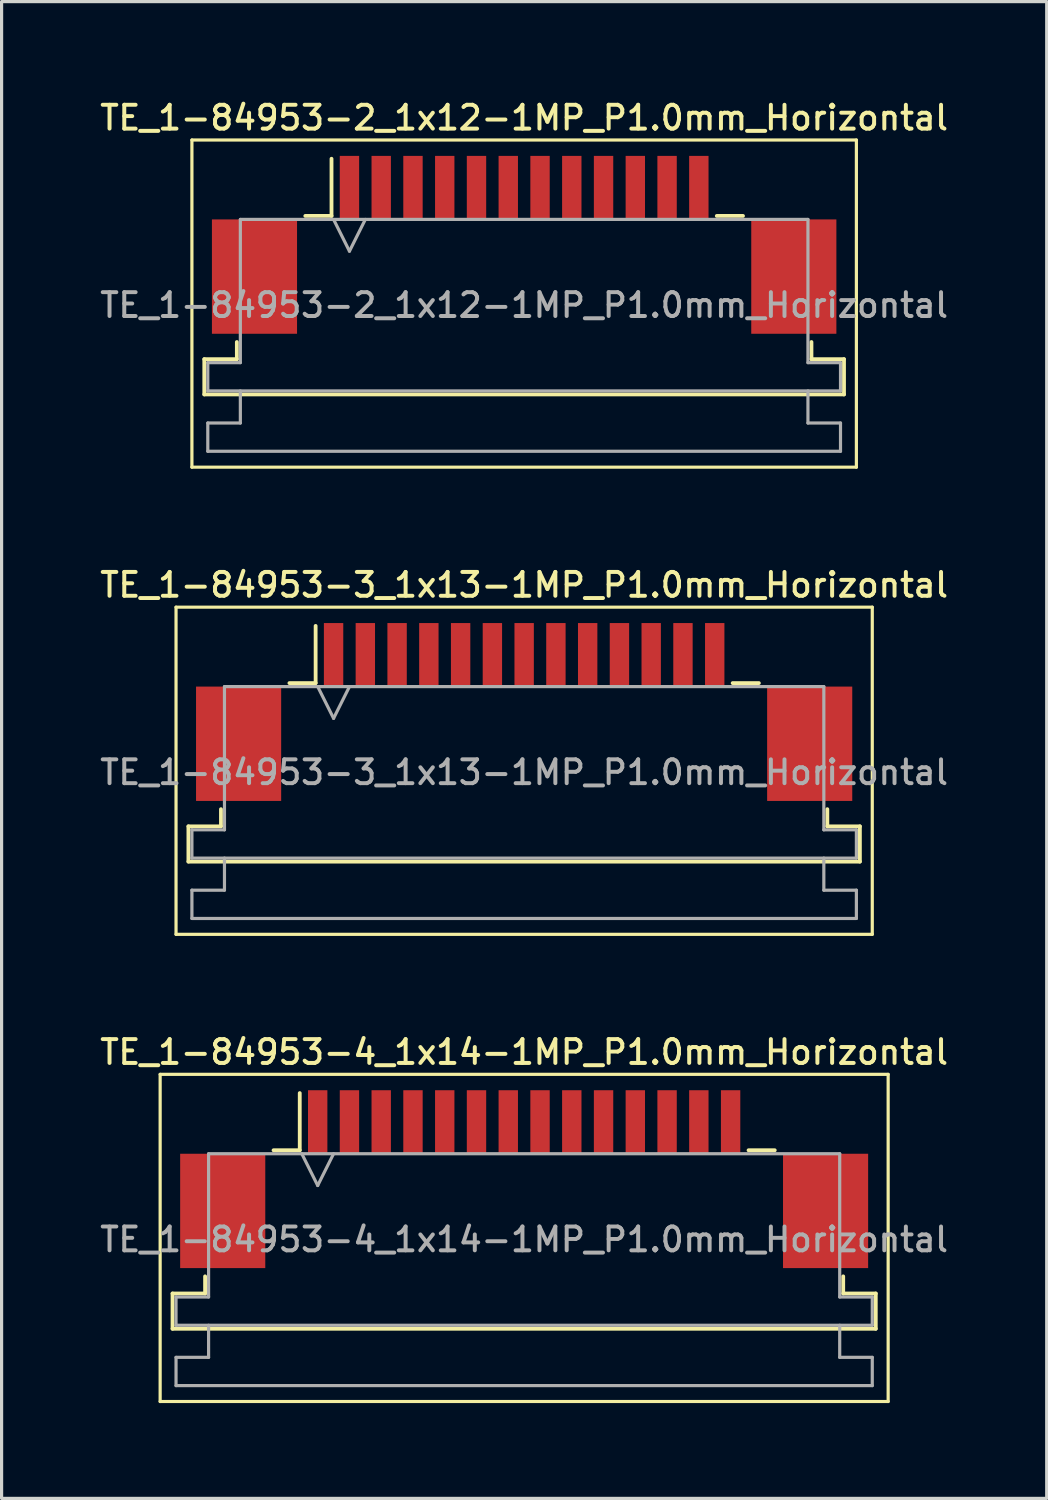
<source format=kicad_pcb>
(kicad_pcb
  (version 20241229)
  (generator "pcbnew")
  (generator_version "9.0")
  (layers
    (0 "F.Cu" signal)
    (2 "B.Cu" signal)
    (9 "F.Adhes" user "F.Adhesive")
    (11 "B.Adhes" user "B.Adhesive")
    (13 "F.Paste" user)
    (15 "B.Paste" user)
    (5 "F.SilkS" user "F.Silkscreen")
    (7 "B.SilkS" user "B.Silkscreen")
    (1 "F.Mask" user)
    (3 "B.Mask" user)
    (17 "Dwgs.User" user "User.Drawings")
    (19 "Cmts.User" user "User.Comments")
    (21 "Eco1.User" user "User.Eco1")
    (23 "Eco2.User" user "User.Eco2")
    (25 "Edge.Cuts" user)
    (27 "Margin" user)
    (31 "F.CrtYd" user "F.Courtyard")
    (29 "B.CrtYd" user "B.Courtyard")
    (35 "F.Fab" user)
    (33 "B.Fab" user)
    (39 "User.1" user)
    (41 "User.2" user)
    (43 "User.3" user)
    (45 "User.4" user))
  (footprint "TE_1-84953-3_1x13-1MP_P1.0mm_Horizontal"
    (layer "F.Cu")
    (at 13.452 19.366)
    (property "Reference" "TE_1-84953-3_1x13-1MP_P1.0mm_Horizontal" (at 0 -4 0) (layer "F.SilkS") (effects (font (size 0.75 0.75) (thickness 0.125))))
    (attr smd)
    (fp_line (start -10.96 -3.3) (end -10.96 7) (stroke (width 0.1) (type solid)) (layer "F.SilkS"))
    (fp_line (start -10.96 7) (end 10.96 7) (stroke (width 0.1) (type solid)) (layer "F.SilkS"))
    (fp_line (start -10.57 3.6) (end -9.545 3.6) (stroke (width 0.12) (type solid)) (layer "F.SilkS"))
    (fp_line (start -10.57 4.71) (end -10.57 3.6) (stroke (width 0.12) (type solid)) (layer "F.SilkS"))
    (fp_line (start -9.545 3.6) (end -9.545 3.06) (stroke (width 0.12) (type solid)) (layer "F.SilkS"))
    (fp_line (start -7.39 -0.91) (end -6.565 -0.91) (stroke (width 0.12) (type solid)) (layer "F.SilkS"))
    (fp_line (start -6.565 -0.91) (end -6.565 -2.71) (stroke (width 0.12) (type solid)) (layer "F.SilkS"))
    (fp_line (start 6.565 -0.91) (end 7.39 -0.91) (stroke (width 0.12) (type solid)) (layer "F.SilkS"))
    (fp_line (start 9.545 3.06) (end 9.545 3.6) (stroke (width 0.12) (type solid)) (layer "F.SilkS"))
    (fp_line (start 9.545 3.6) (end 10.57 3.6) (stroke (width 0.12) (type solid)) (layer "F.SilkS"))
    (fp_line (start 10.57 3.6) (end 10.57 4.71) (stroke (width 0.12) (type solid)) (layer "F.SilkS"))
    (fp_line (start 10.57 4.71) (end -10.57 4.71) (stroke (width 0.12) (type solid)) (layer "F.SilkS"))
    (fp_line (start 10.96 -3.3) (end -10.96 -3.3) (stroke (width 0.1) (type solid)) (layer "F.SilkS"))
    (fp_line (start 10.96 7) (end 10.96 -3.3) (stroke (width 0.1) (type solid)) (layer "F.SilkS"))
    (fp_line (start -10.46 3.71) (end -9.435 3.71) (stroke (width 0.1) (type solid)) (layer "F.Fab"))
    (fp_line (start -10.46 4.6) (end -10.46 3.71) (stroke (width 0.1) (type solid)) (layer "F.Fab"))
    (fp_line (start -10.46 5.61) (end -9.435 5.61) (stroke (width 0.1) (type solid)) (layer "F.Fab"))
    (fp_line (start -10.46 6.5) (end -10.46 5.61) (stroke (width 0.1) (type solid)) (layer "F.Fab"))
    (fp_line (start -9.435 -0.8) (end 9.435 -0.8) (stroke (width 0.1) (type solid)) (layer "F.Fab"))
    (fp_line (start -9.435 3.71) (end -9.435 -0.8) (stroke (width 0.1) (type solid)) (layer "F.Fab"))
    (fp_line (start -9.435 5.61) (end -9.435 4.6) (stroke (width 0.1) (type solid)) (layer "F.Fab"))
    (fp_line (start -6.5 -0.8) (end -6 0.2) (stroke (width 0.1) (type solid)) (layer "F.Fab"))
    (fp_line (start -6 0.2) (end -5.5 -0.8) (stroke (width 0.1) (type solid)) (layer "F.Fab"))
    (fp_line (start 9.435 -0.8) (end 9.435 3.71) (stroke (width 0.1) (type solid)) (layer "F.Fab"))
    (fp_line (start 9.435 3.71) (end 10.46 3.71) (stroke (width 0.1) (type solid)) (layer "F.Fab"))
    (fp_line (start 9.435 4.6) (end 9.435 5.61) (stroke (width 0.1) (type solid)) (layer "F.Fab"))
    (fp_line (start 9.435 5.61) (end 10.46 5.61) (stroke (width 0.1) (type solid)) (layer "F.Fab"))
    (fp_line (start 10.46 3.71) (end 10.46 4.6) (stroke (width 0.1) (type solid)) (layer "F.Fab"))
    (fp_line (start 10.46 4.6) (end -10.46 4.6) (stroke (width 0.1) (type solid)) (layer "F.Fab"))
    (fp_line (start 10.46 5.61) (end 10.46 6.5) (stroke (width 0.1) (type solid)) (layer "F.Fab"))
    (fp_line (start 10.46 6.5) (end -10.46 6.5) (stroke (width 0.1) (type solid)) (layer "F.Fab"))
    (fp_text user "${REFERENCE}" (at 0 1.9 0) (layer "F.Fab") (effects (font (size 0.75 0.75) (thickness 0.125))))
    (pad "1" smd rect (at -6 -1.8) (size 0.61 2) (layers "F.Cu" "F.Mask" "F.Paste"))
    (pad "2" smd rect (at -5 -1.8) (size 0.61 2) (layers "F.Cu" "F.Mask" "F.Paste"))
    (pad "3" smd rect (at -4 -1.8) (size 0.61 2) (layers "F.Cu" "F.Mask" "F.Paste"))
    (pad "4" smd rect (at -3 -1.8) (size 0.61 2) (layers "F.Cu" "F.Mask" "F.Paste"))
    (pad "5" smd rect (at -2 -1.8) (size 0.61 2) (layers "F.Cu" "F.Mask" "F.Paste"))
    (pad "6" smd rect (at -1 -1.8) (size 0.61 2) (layers "F.Cu" "F.Mask" "F.Paste"))
    (pad "7" smd rect (at 0 -1.8) (size 0.61 2) (layers "F.Cu" "F.Mask" "F.Paste"))
    (pad "8" smd rect (at 1 -1.8) (size 0.61 2) (layers "F.Cu" "F.Mask" "F.Paste"))
    (pad "9" smd rect (at 2 -1.8) (size 0.61 2) (layers "F.Cu" "F.Mask" "F.Paste"))
    (pad "10" smd rect (at 3 -1.8) (size 0.61 2) (layers "F.Cu" "F.Mask" "F.Paste"))
    (pad "11" smd rect (at 4 -1.8) (size 0.61 2) (layers "F.Cu" "F.Mask" "F.Paste"))
    (pad "12" smd rect (at 5 -1.8) (size 0.61 2) (layers "F.Cu" "F.Mask" "F.Paste"))
    (pad "13" smd rect (at 6 -1.8) (size 0.61 2) (layers "F.Cu" "F.Mask" "F.Paste"))
    (pad "MP" smd rect (at -8.99 1) (size 2.68 3.6) (layers "F.Cu" "F.Mask" "F.Paste"))
    (pad "MP" smd rect (at 8.99 1) (size 2.68 3.6) (layers "F.Cu" "F.Mask" "F.Paste")))
  (footprint "TE_1-84953-2_1x12-1MP_P1.0mm_Horizontal"
    (layer "F.Cu")
    (at 13.452 4.658)
    (property "Reference" "TE_1-84953-2_1x12-1MP_P1.0mm_Horizontal" (at 0 -4 0) (layer "F.SilkS") (effects (font (size 0.75 0.75) (thickness 0.125))))
    (attr smd)
    (fp_line (start -10.46 -3.3) (end -10.46 7) (stroke (width 0.1) (type solid)) (layer "F.SilkS"))
    (fp_line (start -10.46 7) (end 10.46 7) (stroke (width 0.1) (type solid)) (layer "F.SilkS"))
    (fp_line (start -10.07 3.6) (end -9.045 3.6) (stroke (width 0.12) (type solid)) (layer "F.SilkS"))
    (fp_line (start -10.07 4.71) (end -10.07 3.6) (stroke (width 0.12) (type solid)) (layer "F.SilkS"))
    (fp_line (start -9.045 3.6) (end -9.045 3.06) (stroke (width 0.12) (type solid)) (layer "F.SilkS"))
    (fp_line (start -6.89 -0.91) (end -6.065 -0.91) (stroke (width 0.12) (type solid)) (layer "F.SilkS"))
    (fp_line (start -6.065 -0.91) (end -6.065 -2.71) (stroke (width 0.12) (type solid)) (layer "F.SilkS"))
    (fp_line (start 6.065 -0.91) (end 6.89 -0.91) (stroke (width 0.12) (type solid)) (layer "F.SilkS"))
    (fp_line (start 9.045 3.06) (end 9.045 3.6) (stroke (width 0.12) (type solid)) (layer "F.SilkS"))
    (fp_line (start 9.045 3.6) (end 10.07 3.6) (stroke (width 0.12) (type solid)) (layer "F.SilkS"))
    (fp_line (start 10.07 3.6) (end 10.07 4.71) (stroke (width 0.12) (type solid)) (layer "F.SilkS"))
    (fp_line (start 10.07 4.71) (end -10.07 4.71) (stroke (width 0.12) (type solid)) (layer "F.SilkS"))
    (fp_line (start 10.46 -3.3) (end -10.46 -3.3) (stroke (width 0.1) (type solid)) (layer "F.SilkS"))
    (fp_line (start 10.46 7) (end 10.46 -3.3) (stroke (width 0.1) (type solid)) (layer "F.SilkS"))
    (fp_line (start -9.96 3.71) (end -8.935 3.71) (stroke (width 0.1) (type solid)) (layer "F.Fab"))
    (fp_line (start -9.96 4.6) (end -9.96 3.71) (stroke (width 0.1) (type solid)) (layer "F.Fab"))
    (fp_line (start -9.96 5.61) (end -8.935 5.61) (stroke (width 0.1) (type solid)) (layer "F.Fab"))
    (fp_line (start -9.96 6.5) (end -9.96 5.61) (stroke (width 0.1) (type solid)) (layer "F.Fab"))
    (fp_line (start -8.935 -0.8) (end 8.935 -0.8) (stroke (width 0.1) (type solid)) (layer "F.Fab"))
    (fp_line (start -8.935 3.71) (end -8.935 -0.8) (stroke (width 0.1) (type solid)) (layer "F.Fab"))
    (fp_line (start -8.935 5.61) (end -8.935 4.6) (stroke (width 0.1) (type solid)) (layer "F.Fab"))
    (fp_line (start -6 -0.8) (end -5.5 0.2) (stroke (width 0.1) (type solid)) (layer "F.Fab"))
    (fp_line (start -5.5 0.2) (end -5 -0.8) (stroke (width 0.1) (type solid)) (layer "F.Fab"))
    (fp_line (start 8.935 -0.8) (end 8.935 3.71) (stroke (width 0.1) (type solid)) (layer "F.Fab"))
    (fp_line (start 8.935 3.71) (end 9.96 3.71) (stroke (width 0.1) (type solid)) (layer "F.Fab"))
    (fp_line (start 8.935 4.6) (end 8.935 5.61) (stroke (width 0.1) (type solid)) (layer "F.Fab"))
    (fp_line (start 8.935 5.61) (end 9.96 5.61) (stroke (width 0.1) (type solid)) (layer "F.Fab"))
    (fp_line (start 9.96 3.71) (end 9.96 4.6) (stroke (width 0.1) (type solid)) (layer "F.Fab"))
    (fp_line (start 9.96 4.6) (end -9.96 4.6) (stroke (width 0.1) (type solid)) (layer "F.Fab"))
    (fp_line (start 9.96 5.61) (end 9.96 6.5) (stroke (width 0.1) (type solid)) (layer "F.Fab"))
    (fp_line (start 9.96 6.5) (end -9.96 6.5) (stroke (width 0.1) (type solid)) (layer "F.Fab"))
    (fp_text user "${REFERENCE}" (at 0 1.9 0) (layer "F.Fab") (effects (font (size 0.75 0.75) (thickness 0.125))))
    (pad "1" smd rect (at -5.5 -1.8) (size 0.61 2) (layers "F.Cu" "F.Mask" "F.Paste"))
    (pad "2" smd rect (at -4.5 -1.8) (size 0.61 2) (layers "F.Cu" "F.Mask" "F.Paste"))
    (pad "3" smd rect (at -3.5 -1.8) (size 0.61 2) (layers "F.Cu" "F.Mask" "F.Paste"))
    (pad "4" smd rect (at -2.5 -1.8) (size 0.61 2) (layers "F.Cu" "F.Mask" "F.Paste"))
    (pad "5" smd rect (at -1.5 -1.8) (size 0.61 2) (layers "F.Cu" "F.Mask" "F.Paste"))
    (pad "6" smd rect (at -0.5 -1.8) (size 0.61 2) (layers "F.Cu" "F.Mask" "F.Paste"))
    (pad "7" smd rect (at 0.5 -1.8) (size 0.61 2) (layers "F.Cu" "F.Mask" "F.Paste"))
    (pad "8" smd rect (at 1.5 -1.8) (size 0.61 2) (layers "F.Cu" "F.Mask" "F.Paste"))
    (pad "9" smd rect (at 2.5 -1.8) (size 0.61 2) (layers "F.Cu" "F.Mask" "F.Paste"))
    (pad "10" smd rect (at 3.5 -1.8) (size 0.61 2) (layers "F.Cu" "F.Mask" "F.Paste"))
    (pad "11" smd rect (at 4.5 -1.8) (size 0.61 2) (layers "F.Cu" "F.Mask" "F.Paste"))
    (pad "12" smd rect (at 5.5 -1.8) (size 0.61 2) (layers "F.Cu" "F.Mask" "F.Paste"))
    (pad "MP" smd rect (at -8.49 1) (size 2.68 3.6) (layers "F.Cu" "F.Mask" "F.Paste"))
    (pad "MP" smd rect (at 8.49 1) (size 2.68 3.6) (layers "F.Cu" "F.Mask" "F.Paste")))
  (footprint "TE_1-84953-4_1x14-1MP_P1.0mm_Horizontal"
    (layer "F.Cu")
    (at 13.452 34.074)
    (property "Reference" "TE_1-84953-4_1x14-1MP_P1.0mm_Horizontal" (at 0 -4 0) (layer "F.SilkS") (effects (font (size 0.75 0.75) (thickness 0.125))))
    (attr smd)
    (fp_line (start -11.46 -3.3) (end -11.46 7) (stroke (width 0.1) (type solid)) (layer "F.SilkS"))
    (fp_line (start -11.46 7) (end 11.46 7) (stroke (width 0.1) (type solid)) (layer "F.SilkS"))
    (fp_line (start -11.07 3.6) (end -10.045 3.6) (stroke (width 0.12) (type solid)) (layer "F.SilkS"))
    (fp_line (start -11.07 4.71) (end -11.07 3.6) (stroke (width 0.12) (type solid)) (layer "F.SilkS"))
    (fp_line (start -10.045 3.6) (end -10.045 3.06) (stroke (width 0.12) (type solid)) (layer "F.SilkS"))
    (fp_line (start -7.89 -0.91) (end -7.065 -0.91) (stroke (width 0.12) (type solid)) (layer "F.SilkS"))
    (fp_line (start -7.065 -0.91) (end -7.065 -2.71) (stroke (width 0.12) (type solid)) (layer "F.SilkS"))
    (fp_line (start 7.065 -0.91) (end 7.89 -0.91) (stroke (width 0.12) (type solid)) (layer "F.SilkS"))
    (fp_line (start 10.045 3.06) (end 10.045 3.6) (stroke (width 0.12) (type solid)) (layer "F.SilkS"))
    (fp_line (start 10.045 3.6) (end 11.07 3.6) (stroke (width 0.12) (type solid)) (layer "F.SilkS"))
    (fp_line (start 11.07 3.6) (end 11.07 4.71) (stroke (width 0.12) (type solid)) (layer "F.SilkS"))
    (fp_line (start 11.07 4.71) (end -11.07 4.71) (stroke (width 0.12) (type solid)) (layer "F.SilkS"))
    (fp_line (start 11.46 -3.3) (end -11.46 -3.3) (stroke (width 0.1) (type solid)) (layer "F.SilkS"))
    (fp_line (start 11.46 7) (end 11.46 -3.3) (stroke (width 0.1) (type solid)) (layer "F.SilkS"))
    (fp_line (start -10.96 3.71) (end -9.935 3.71) (stroke (width 0.1) (type solid)) (layer "F.Fab"))
    (fp_line (start -10.96 4.6) (end -10.96 3.71) (stroke (width 0.1) (type solid)) (layer "F.Fab"))
    (fp_line (start -10.96 5.61) (end -9.935 5.61) (stroke (width 0.1) (type solid)) (layer "F.Fab"))
    (fp_line (start -10.96 6.5) (end -10.96 5.61) (stroke (width 0.1) (type solid)) (layer "F.Fab"))
    (fp_line (start -9.935 -0.8) (end 9.935 -0.8) (stroke (width 0.1) (type solid)) (layer "F.Fab"))
    (fp_line (start -9.935 3.71) (end -9.935 -0.8) (stroke (width 0.1) (type solid)) (layer "F.Fab"))
    (fp_line (start -9.935 5.61) (end -9.935 4.6) (stroke (width 0.1) (type solid)) (layer "F.Fab"))
    (fp_line (start -7 -0.8) (end -6.5 0.2) (stroke (width 0.1) (type solid)) (layer "F.Fab"))
    (fp_line (start -6.5 0.2) (end -6 -0.8) (stroke (width 0.1) (type solid)) (layer "F.Fab"))
    (fp_line (start 9.935 -0.8) (end 9.935 3.71) (stroke (width 0.1) (type solid)) (layer "F.Fab"))
    (fp_line (start 9.935 3.71) (end 10.96 3.71) (stroke (width 0.1) (type solid)) (layer "F.Fab"))
    (fp_line (start 9.935 4.6) (end 9.935 5.61) (stroke (width 0.1) (type solid)) (layer "F.Fab"))
    (fp_line (start 9.935 5.61) (end 10.96 5.61) (stroke (width 0.1) (type solid)) (layer "F.Fab"))
    (fp_line (start 10.96 3.71) (end 10.96 4.6) (stroke (width 0.1) (type solid)) (layer "F.Fab"))
    (fp_line (start 10.96 4.6) (end -10.96 4.6) (stroke (width 0.1) (type solid)) (layer "F.Fab"))
    (fp_line (start 10.96 5.61) (end 10.96 6.5) (stroke (width 0.1) (type solid)) (layer "F.Fab"))
    (fp_line (start 10.96 6.5) (end -10.96 6.5) (stroke (width 0.1) (type solid)) (layer "F.Fab"))
    (fp_text user "${REFERENCE}" (at 0 1.9 0) (layer "F.Fab") (effects (font (size 0.75 0.75) (thickness 0.125))))
    (pad "1" smd rect (at -6.5 -1.8) (size 0.61 2) (layers "F.Cu" "F.Mask" "F.Paste"))
    (pad "2" smd rect (at -5.5 -1.8) (size 0.61 2) (layers "F.Cu" "F.Mask" "F.Paste"))
    (pad "3" smd rect (at -4.5 -1.8) (size 0.61 2) (layers "F.Cu" "F.Mask" "F.Paste"))
    (pad "4" smd rect (at -3.5 -1.8) (size 0.61 2) (layers "F.Cu" "F.Mask" "F.Paste"))
    (pad "5" smd rect (at -2.5 -1.8) (size 0.61 2) (layers "F.Cu" "F.Mask" "F.Paste"))
    (pad "6" smd rect (at -1.5 -1.8) (size 0.61 2) (layers "F.Cu" "F.Mask" "F.Paste"))
    (pad "7" smd rect (at -0.5 -1.8) (size 0.61 2) (layers "F.Cu" "F.Mask" "F.Paste"))
    (pad "8" smd rect (at 0.5 -1.8) (size 0.61 2) (layers "F.Cu" "F.Mask" "F.Paste"))
    (pad "9" smd rect (at 1.5 -1.8) (size 0.61 2) (layers "F.Cu" "F.Mask" "F.Paste"))
    (pad "10" smd rect (at 2.5 -1.8) (size 0.61 2) (layers "F.Cu" "F.Mask" "F.Paste"))
    (pad "11" smd rect (at 3.5 -1.8) (size 0.61 2) (layers "F.Cu" "F.Mask" "F.Paste"))
    (pad "12" smd rect (at 4.5 -1.8) (size 0.61 2) (layers "F.Cu" "F.Mask" "F.Paste"))
    (pad "13" smd rect (at 5.5 -1.8) (size 0.61 2) (layers "F.Cu" "F.Mask" "F.Paste"))
    (pad "14" smd rect (at 6.5 -1.8) (size 0.61 2) (layers "F.Cu" "F.Mask" "F.Paste"))
    (pad "MP" smd rect (at -9.49 1) (size 2.68 3.6) (layers "F.Cu" "F.Mask" "F.Paste"))
    (pad "MP" smd rect (at 9.49 1) (size 2.68 3.6) (layers "F.Cu" "F.Mask" "F.Paste")))
  (gr_rect
    (start -3 -3)
    (end 29.904 44.124)
    (stroke (width 0.1) (type default))
    (fill no)
    (layer "Edge.Cuts")))
</source>
